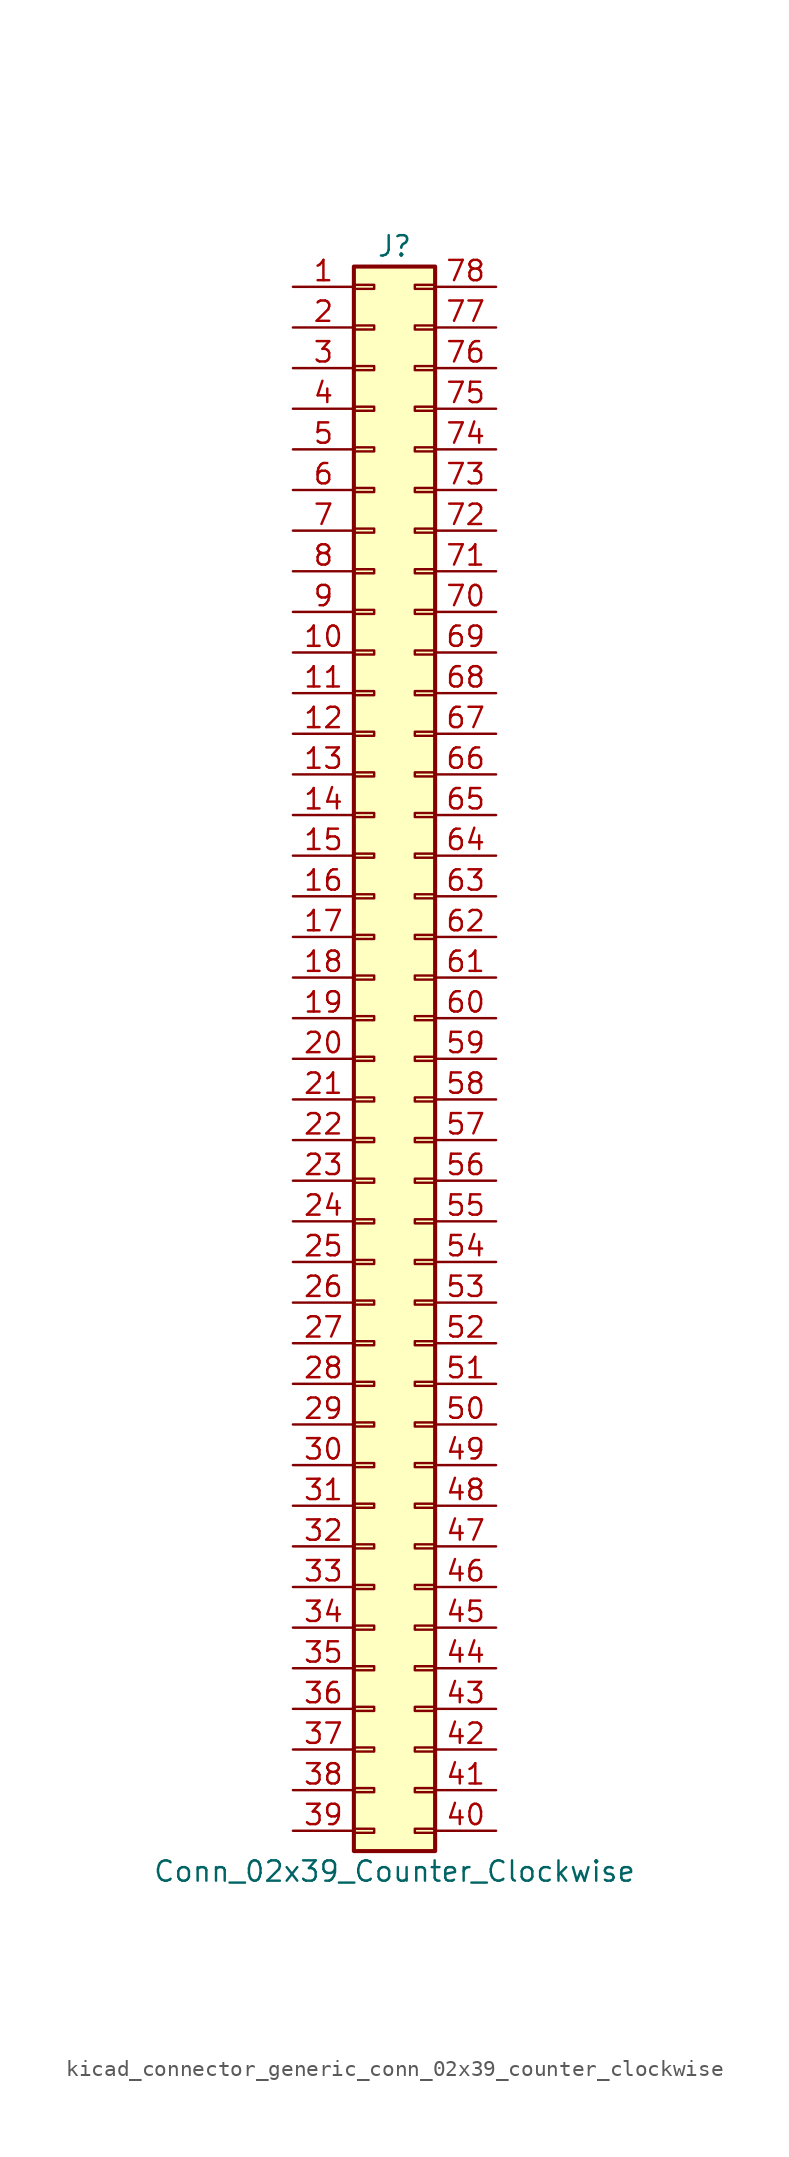
<source format=kicad_sym>
(kicad_symbol_lib
  (version 20220914)
  (generator kicad_symbol_editor)
  (symbol "kicad_connector_generic_conn_02x39_counter_clockwise"
    (pin_names
      (offset 1.016) hide)
    (property "Reference" "J"
      (at 1.27 50.8 0)
      (effects (font (size 1.27 1.27))))
    (property "Value" "Conn_02x39_Counter_Clockwise"
      (at 1.27 -50.8 0)
      (effects (font (size 1.27 1.27))))
    (symbol "kicad_connector_generic_conn_02x39_counter_clockwise_1_1"
      (rectangle (start -1.27 -48.133) (end 0 -48.387) (stroke (width 0.152) (type default)) (fill (type none)))
      (rectangle (start -1.27 -45.593) (end 0 -45.847) (stroke (width 0.152) (type default)) (fill (type none)))
      (rectangle (start -1.27 -43.053) (end 0 -43.307) (stroke (width 0.152) (type default)) (fill (type none)))
      (rectangle (start -1.27 -40.513) (end 0 -40.767) (stroke (width 0.152) (type default)) (fill (type none)))
      (rectangle (start -1.27 -37.973) (end 0 -38.227) (stroke (width 0.152) (type default)) (fill (type none)))
      (rectangle (start -1.27 -35.433) (end 0 -35.687) (stroke (width 0.152) (type default)) (fill (type none)))
      (rectangle (start -1.27 -32.893) (end 0 -33.147) (stroke (width 0.152) (type default)) (fill (type none)))
      (rectangle (start -1.27 -30.353) (end 0 -30.607) (stroke (width 0.152) (type default)) (fill (type none)))
      (rectangle (start -1.27 -27.813) (end 0 -28.067) (stroke (width 0.152) (type default)) (fill (type none)))
      (rectangle (start -1.27 -25.273) (end 0 -25.527) (stroke (width 0.152) (type default)) (fill (type none)))
      (rectangle (start -1.27 -22.733) (end 0 -22.987) (stroke (width 0.152) (type default)) (fill (type none)))
      (rectangle (start -1.27 -20.193) (end 0 -20.447) (stroke (width 0.152) (type default)) (fill (type none)))
      (rectangle (start -1.27 -17.653) (end 0 -17.907) (stroke (width 0.152) (type default)) (fill (type none)))
      (rectangle (start -1.27 -15.113) (end 0 -15.367) (stroke (width 0.152) (type default)) (fill (type none)))
      (rectangle (start -1.27 -12.573) (end 0 -12.827) (stroke (width 0.152) (type default)) (fill (type none)))
      (rectangle (start -1.27 -10.033) (end 0 -10.287) (stroke (width 0.152) (type default)) (fill (type none)))
      (rectangle (start -1.27 -7.493) (end 0 -7.747) (stroke (width 0.152) (type default)) (fill (type none)))
      (rectangle (start -1.27 -4.953) (end 0 -5.207) (stroke (width 0.152) (type default)) (fill (type none)))
      (rectangle (start -1.27 -2.413) (end 0 -2.667) (stroke (width 0.152) (type default)) (fill (type none)))
      (rectangle (start -1.27 0.127) (end 0 -0.127) (stroke (width 0.152) (type default)) (fill (type none)))
      (rectangle (start -1.27 2.667) (end 0 2.413) (stroke (width 0.152) (type default)) (fill (type none)))
      (rectangle (start -1.27 5.207) (end 0 4.953) (stroke (width 0.152) (type default)) (fill (type none)))
      (rectangle (start -1.27 7.747) (end 0 7.493) (stroke (width 0.152) (type default)) (fill (type none)))
      (rectangle (start -1.27 10.287) (end 0 10.033) (stroke (width 0.152) (type default)) (fill (type none)))
      (rectangle (start -1.27 12.827) (end 0 12.573) (stroke (width 0.152) (type default)) (fill (type none)))
      (rectangle (start -1.27 15.367) (end 0 15.113) (stroke (width 0.152) (type default)) (fill (type none)))
      (rectangle (start -1.27 17.907) (end 0 17.653) (stroke (width 0.152) (type default)) (fill (type none)))
      (rectangle (start -1.27 20.447) (end 0 20.193) (stroke (width 0.152) (type default)) (fill (type none)))
      (rectangle (start -1.27 22.987) (end 0 22.733) (stroke (width 0.152) (type default)) (fill (type none)))
      (rectangle (start -1.27 25.527) (end 0 25.273) (stroke (width 0.152) (type default)) (fill (type none)))
      (rectangle (start -1.27 28.067) (end 0 27.813) (stroke (width 0.152) (type default)) (fill (type none)))
      (rectangle (start -1.27 30.607) (end 0 30.353) (stroke (width 0.152) (type default)) (fill (type none)))
      (rectangle (start -1.27 33.147) (end 0 32.893) (stroke (width 0.152) (type default)) (fill (type none)))
      (rectangle (start -1.27 35.687) (end 0 35.433) (stroke (width 0.152) (type default)) (fill (type none)))
      (rectangle (start -1.27 38.227) (end 0 37.973) (stroke (width 0.152) (type default)) (fill (type none)))
      (rectangle (start -1.27 40.767) (end 0 40.513) (stroke (width 0.152) (type default)) (fill (type none)))
      (rectangle (start -1.27 43.307) (end 0 43.053) (stroke (width 0.152) (type default)) (fill (type none)))
      (rectangle (start -1.27 45.847) (end 0 45.593) (stroke (width 0.152) (type default)) (fill (type none)))
      (rectangle (start -1.27 48.387) (end 0 48.133) (stroke (width 0.152) (type default)) (fill (type none)))
      (rectangle (start -1.27 49.53) (end 3.81 -49.53) (stroke (width 0.254) (type default)) (fill (type background)))
      (rectangle (start 3.81 -48.133) (end 2.54 -48.387) (stroke (width 0.152) (type default)) (fill (type none)))
      (rectangle (start 3.81 -45.593) (end 2.54 -45.847) (stroke (width 0.152) (type default)) (fill (type none)))
      (rectangle (start 3.81 -43.053) (end 2.54 -43.307) (stroke (width 0.152) (type default)) (fill (type none)))
      (rectangle (start 3.81 -40.513) (end 2.54 -40.767) (stroke (width 0.152) (type default)) (fill (type none)))
      (rectangle (start 3.81 -37.973) (end 2.54 -38.227) (stroke (width 0.152) (type default)) (fill (type none)))
      (rectangle (start 3.81 -35.433) (end 2.54 -35.687) (stroke (width 0.152) (type default)) (fill (type none)))
      (rectangle (start 3.81 -32.893) (end 2.54 -33.147) (stroke (width 0.152) (type default)) (fill (type none)))
      (rectangle (start 3.81 -30.353) (end 2.54 -30.607) (stroke (width 0.152) (type default)) (fill (type none)))
      (rectangle (start 3.81 -27.813) (end 2.54 -28.067) (stroke (width 0.152) (type default)) (fill (type none)))
      (rectangle (start 3.81 -25.273) (end 2.54 -25.527) (stroke (width 0.152) (type default)) (fill (type none)))
      (rectangle (start 3.81 -22.733) (end 2.54 -22.987) (stroke (width 0.152) (type default)) (fill (type none)))
      (rectangle (start 3.81 -20.193) (end 2.54 -20.447) (stroke (width 0.152) (type default)) (fill (type none)))
      (rectangle (start 3.81 -17.653) (end 2.54 -17.907) (stroke (width 0.152) (type default)) (fill (type none)))
      (rectangle (start 3.81 -15.113) (end 2.54 -15.367) (stroke (width 0.152) (type default)) (fill (type none)))
      (rectangle (start 3.81 -12.573) (end 2.54 -12.827) (stroke (width 0.152) (type default)) (fill (type none)))
      (rectangle (start 3.81 -10.033) (end 2.54 -10.287) (stroke (width 0.152) (type default)) (fill (type none)))
      (rectangle (start 3.81 -7.493) (end 2.54 -7.747) (stroke (width 0.152) (type default)) (fill (type none)))
      (rectangle (start 3.81 -4.953) (end 2.54 -5.207) (stroke (width 0.152) (type default)) (fill (type none)))
      (rectangle (start 3.81 -2.413) (end 2.54 -2.667) (stroke (width 0.152) (type default)) (fill (type none)))
      (rectangle (start 3.81 0.127) (end 2.54 -0.127) (stroke (width 0.152) (type default)) (fill (type none)))
      (rectangle (start 3.81 2.667) (end 2.54 2.413) (stroke (width 0.152) (type default)) (fill (type none)))
      (rectangle (start 3.81 5.207) (end 2.54 4.953) (stroke (width 0.152) (type default)) (fill (type none)))
      (rectangle (start 3.81 7.747) (end 2.54 7.493) (stroke (width 0.152) (type default)) (fill (type none)))
      (rectangle (start 3.81 10.287) (end 2.54 10.033) (stroke (width 0.152) (type default)) (fill (type none)))
      (rectangle (start 3.81 12.827) (end 2.54 12.573) (stroke (width 0.152) (type default)) (fill (type none)))
      (rectangle (start 3.81 15.367) (end 2.54 15.113) (stroke (width 0.152) (type default)) (fill (type none)))
      (rectangle (start 3.81 17.907) (end 2.54 17.653) (stroke (width 0.152) (type default)) (fill (type none)))
      (rectangle (start 3.81 20.447) (end 2.54 20.193) (stroke (width 0.152) (type default)) (fill (type none)))
      (rectangle (start 3.81 22.987) (end 2.54 22.733) (stroke (width 0.152) (type default)) (fill (type none)))
      (rectangle (start 3.81 25.527) (end 2.54 25.273) (stroke (width 0.152) (type default)) (fill (type none)))
      (rectangle (start 3.81 28.067) (end 2.54 27.813) (stroke (width 0.152) (type default)) (fill (type none)))
      (rectangle (start 3.81 30.607) (end 2.54 30.353) (stroke (width 0.152) (type default)) (fill (type none)))
      (rectangle (start 3.81 33.147) (end 2.54 32.893) (stroke (width 0.152) (type default)) (fill (type none)))
      (rectangle (start 3.81 35.687) (end 2.54 35.433) (stroke (width 0.152) (type default)) (fill (type none)))
      (rectangle (start 3.81 38.227) (end 2.54 37.973) (stroke (width 0.152) (type default)) (fill (type none)))
      (rectangle (start 3.81 40.767) (end 2.54 40.513) (stroke (width 0.152) (type default)) (fill (type none)))
      (rectangle (start 3.81 43.307) (end 2.54 43.053) (stroke (width 0.152) (type default)) (fill (type none)))
      (rectangle (start 3.81 45.847) (end 2.54 45.593) (stroke (width 0.152) (type default)) (fill (type none)))
      (rectangle (start 3.81 48.387) (end 2.54 48.133) (stroke (width 0.152) (type default)) (fill (type none)))
      (pin passive line (at -5.08 48.26 0) (length 3.81) (name "Pin_1" (effects (font (size 1.27 1.27)))) (number "1" (effects (font (size 1.27 1.27)))))
      (pin passive line (at -5.08 25.4 0) (length 3.81) (name "Pin_10" (effects (font (size 1.27 1.27)))) (number "10" (effects (font (size 1.27 1.27)))))
      (pin passive line (at -5.08 22.86 0) (length 3.81) (name "Pin_11" (effects (font (size 1.27 1.27)))) (number "11" (effects (font (size 1.27 1.27)))))
      (pin passive line (at -5.08 20.32 0) (length 3.81) (name "Pin_12" (effects (font (size 1.27 1.27)))) (number "12" (effects (font (size 1.27 1.27)))))
      (pin passive line (at -5.08 17.78 0) (length 3.81) (name "Pin_13" (effects (font (size 1.27 1.27)))) (number "13" (effects (font (size 1.27 1.27)))))
      (pin passive line (at -5.08 15.24 0) (length 3.81) (name "Pin_14" (effects (font (size 1.27 1.27)))) (number "14" (effects (font (size 1.27 1.27)))))
      (pin passive line (at -5.08 12.7 0) (length 3.81) (name "Pin_15" (effects (font (size 1.27 1.27)))) (number "15" (effects (font (size 1.27 1.27)))))
      (pin passive line (at -5.08 10.16 0) (length 3.81) (name "Pin_16" (effects (font (size 1.27 1.27)))) (number "16" (effects (font (size 1.27 1.27)))))
      (pin passive line (at -5.08 7.62 0) (length 3.81) (name "Pin_17" (effects (font (size 1.27 1.27)))) (number "17" (effects (font (size 1.27 1.27)))))
      (pin passive line (at -5.08 5.08 0) (length 3.81) (name "Pin_18" (effects (font (size 1.27 1.27)))) (number "18" (effects (font (size 1.27 1.27)))))
      (pin passive line (at -5.08 2.54 0) (length 3.81) (name "Pin_19" (effects (font (size 1.27 1.27)))) (number "19" (effects (font (size 1.27 1.27)))))
      (pin passive line (at -5.08 45.72 0) (length 3.81) (name "Pin_2" (effects (font (size 1.27 1.27)))) (number "2" (effects (font (size 1.27 1.27)))))
      (pin passive line (at -5.08 0 0) (length 3.81) (name "Pin_20" (effects (font (size 1.27 1.27)))) (number "20" (effects (font (size 1.27 1.27)))))
      (pin passive line (at -5.08 -2.54 0) (length 3.81) (name "Pin_21" (effects (font (size 1.27 1.27)))) (number "21" (effects (font (size 1.27 1.27)))))
      (pin passive line (at -5.08 -5.08 0) (length 3.81) (name "Pin_22" (effects (font (size 1.27 1.27)))) (number "22" (effects (font (size 1.27 1.27)))))
      (pin passive line (at -5.08 -7.62 0) (length 3.81) (name "Pin_23" (effects (font (size 1.27 1.27)))) (number "23" (effects (font (size 1.27 1.27)))))
      (pin passive line (at -5.08 -10.16 0) (length 3.81) (name "Pin_24" (effects (font (size 1.27 1.27)))) (number "24" (effects (font (size 1.27 1.27)))))
      (pin passive line (at -5.08 -12.7 0) (length 3.81) (name "Pin_25" (effects (font (size 1.27 1.27)))) (number "25" (effects (font (size 1.27 1.27)))))
      (pin passive line (at -5.08 -15.24 0) (length 3.81) (name "Pin_26" (effects (font (size 1.27 1.27)))) (number "26" (effects (font (size 1.27 1.27)))))
      (pin passive line (at -5.08 -17.78 0) (length 3.81) (name "Pin_27" (effects (font (size 1.27 1.27)))) (number "27" (effects (font (size 1.27 1.27)))))
      (pin passive line (at -5.08 -20.32 0) (length 3.81) (name "Pin_28" (effects (font (size 1.27 1.27)))) (number "28" (effects (font (size 1.27 1.27)))))
      (pin passive line (at -5.08 -22.86 0) (length 3.81) (name "Pin_29" (effects (font (size 1.27 1.27)))) (number "29" (effects (font (size 1.27 1.27)))))
      (pin passive line (at -5.08 43.18 0) (length 3.81) (name "Pin_3" (effects (font (size 1.27 1.27)))) (number "3" (effects (font (size 1.27 1.27)))))
      (pin passive line (at -5.08 -25.4 0) (length 3.81) (name "Pin_30" (effects (font (size 1.27 1.27)))) (number "30" (effects (font (size 1.27 1.27)))))
      (pin passive line (at -5.08 -27.94 0) (length 3.81) (name "Pin_31" (effects (font (size 1.27 1.27)))) (number "31" (effects (font (size 1.27 1.27)))))
      (pin passive line (at -5.08 -30.48 0) (length 3.81) (name "Pin_32" (effects (font (size 1.27 1.27)))) (number "32" (effects (font (size 1.27 1.27)))))
      (pin passive line (at -5.08 -33.02 0) (length 3.81) (name "Pin_33" (effects (font (size 1.27 1.27)))) (number "33" (effects (font (size 1.27 1.27)))))
      (pin passive line (at -5.08 -35.56 0) (length 3.81) (name "Pin_34" (effects (font (size 1.27 1.27)))) (number "34" (effects (font (size 1.27 1.27)))))
      (pin passive line (at -5.08 -38.1 0) (length 3.81) (name "Pin_35" (effects (font (size 1.27 1.27)))) (number "35" (effects (font (size 1.27 1.27)))))
      (pin passive line (at -5.08 -40.64 0) (length 3.81) (name "Pin_36" (effects (font (size 1.27 1.27)))) (number "36" (effects (font (size 1.27 1.27)))))
      (pin passive line (at -5.08 -43.18 0) (length 3.81) (name "Pin_37" (effects (font (size 1.27 1.27)))) (number "37" (effects (font (size 1.27 1.27)))))
      (pin passive line (at -5.08 -45.72 0) (length 3.81) (name "Pin_38" (effects (font (size 1.27 1.27)))) (number "38" (effects (font (size 1.27 1.27)))))
      (pin passive line (at -5.08 -48.26 0) (length 3.81) (name "Pin_39" (effects (font (size 1.27 1.27)))) (number "39" (effects (font (size 1.27 1.27)))))
      (pin passive line (at -5.08 40.64 0) (length 3.81) (name "Pin_4" (effects (font (size 1.27 1.27)))) (number "4" (effects (font (size 1.27 1.27)))))
      (pin passive line (at 7.62 -48.26 180) (length 3.81) (name "Pin_40" (effects (font (size 1.27 1.27)))) (number "40" (effects (font (size 1.27 1.27)))))
      (pin passive line (at 7.62 -45.72 180) (length 3.81) (name "Pin_41" (effects (font (size 1.27 1.27)))) (number "41" (effects (font (size 1.27 1.27)))))
      (pin passive line (at 7.62 -43.18 180) (length 3.81) (name "Pin_42" (effects (font (size 1.27 1.27)))) (number "42" (effects (font (size 1.27 1.27)))))
      (pin passive line (at 7.62 -40.64 180) (length 3.81) (name "Pin_43" (effects (font (size 1.27 1.27)))) (number "43" (effects (font (size 1.27 1.27)))))
      (pin passive line (at 7.62 -38.1 180) (length 3.81) (name "Pin_44" (effects (font (size 1.27 1.27)))) (number "44" (effects (font (size 1.27 1.27)))))
      (pin passive line (at 7.62 -35.56 180) (length 3.81) (name "Pin_45" (effects (font (size 1.27 1.27)))) (number "45" (effects (font (size 1.27 1.27)))))
      (pin passive line (at 7.62 -33.02 180) (length 3.81) (name "Pin_46" (effects (font (size 1.27 1.27)))) (number "46" (effects (font (size 1.27 1.27)))))
      (pin passive line (at 7.62 -30.48 180) (length 3.81) (name "Pin_47" (effects (font (size 1.27 1.27)))) (number "47" (effects (font (size 1.27 1.27)))))
      (pin passive line (at 7.62 -27.94 180) (length 3.81) (name "Pin_48" (effects (font (size 1.27 1.27)))) (number "48" (effects (font (size 1.27 1.27)))))
      (pin passive line (at 7.62 -25.4 180) (length 3.81) (name "Pin_49" (effects (font (size 1.27 1.27)))) (number "49" (effects (font (size 1.27 1.27)))))
      (pin passive line (at -5.08 38.1 0) (length 3.81) (name "Pin_5" (effects (font (size 1.27 1.27)))) (number "5" (effects (font (size 1.27 1.27)))))
      (pin passive line (at 7.62 -22.86 180) (length 3.81) (name "Pin_50" (effects (font (size 1.27 1.27)))) (number "50" (effects (font (size 1.27 1.27)))))
      (pin passive line (at 7.62 -20.32 180) (length 3.81) (name "Pin_51" (effects (font (size 1.27 1.27)))) (number "51" (effects (font (size 1.27 1.27)))))
      (pin passive line (at 7.62 -17.78 180) (length 3.81) (name "Pin_52" (effects (font (size 1.27 1.27)))) (number "52" (effects (font (size 1.27 1.27)))))
      (pin passive line (at 7.62 -15.24 180) (length 3.81) (name "Pin_53" (effects (font (size 1.27 1.27)))) (number "53" (effects (font (size 1.27 1.27)))))
      (pin passive line (at 7.62 -12.7 180) (length 3.81) (name "Pin_54" (effects (font (size 1.27 1.27)))) (number "54" (effects (font (size 1.27 1.27)))))
      (pin passive line (at 7.62 -10.16 180) (length 3.81) (name "Pin_55" (effects (font (size 1.27 1.27)))) (number "55" (effects (font (size 1.27 1.27)))))
      (pin passive line (at 7.62 -7.62 180) (length 3.81) (name "Pin_56" (effects (font (size 1.27 1.27)))) (number "56" (effects (font (size 1.27 1.27)))))
      (pin passive line (at 7.62 -5.08 180) (length 3.81) (name "Pin_57" (effects (font (size 1.27 1.27)))) (number "57" (effects (font (size 1.27 1.27)))))
      (pin passive line (at 7.62 -2.54 180) (length 3.81) (name "Pin_58" (effects (font (size 1.27 1.27)))) (number "58" (effects (font (size 1.27 1.27)))))
      (pin passive line (at 7.62 0 180) (length 3.81) (name "Pin_59" (effects (font (size 1.27 1.27)))) (number "59" (effects (font (size 1.27 1.27)))))
      (pin passive line (at -5.08 35.56 0) (length 3.81) (name "Pin_6" (effects (font (size 1.27 1.27)))) (number "6" (effects (font (size 1.27 1.27)))))
      (pin passive line (at 7.62 2.54 180) (length 3.81) (name "Pin_60" (effects (font (size 1.27 1.27)))) (number "60" (effects (font (size 1.27 1.27)))))
      (pin passive line (at 7.62 5.08 180) (length 3.81) (name "Pin_61" (effects (font (size 1.27 1.27)))) (number "61" (effects (font (size 1.27 1.27)))))
      (pin passive line (at 7.62 7.62 180) (length 3.81) (name "Pin_62" (effects (font (size 1.27 1.27)))) (number "62" (effects (font (size 1.27 1.27)))))
      (pin passive line (at 7.62 10.16 180) (length 3.81) (name "Pin_63" (effects (font (size 1.27 1.27)))) (number "63" (effects (font (size 1.27 1.27)))))
      (pin passive line (at 7.62 12.7 180) (length 3.81) (name "Pin_64" (effects (font (size 1.27 1.27)))) (number "64" (effects (font (size 1.27 1.27)))))
      (pin passive line (at 7.62 15.24 180) (length 3.81) (name "Pin_65" (effects (font (size 1.27 1.27)))) (number "65" (effects (font (size 1.27 1.27)))))
      (pin passive line (at 7.62 17.78 180) (length 3.81) (name "Pin_66" (effects (font (size 1.27 1.27)))) (number "66" (effects (font (size 1.27 1.27)))))
      (pin passive line (at 7.62 20.32 180) (length 3.81) (name "Pin_67" (effects (font (size 1.27 1.27)))) (number "67" (effects (font (size 1.27 1.27)))))
      (pin passive line (at 7.62 22.86 180) (length 3.81) (name "Pin_68" (effects (font (size 1.27 1.27)))) (number "68" (effects (font (size 1.27 1.27)))))
      (pin passive line (at 7.62 25.4 180) (length 3.81) (name "Pin_69" (effects (font (size 1.27 1.27)))) (number "69" (effects (font (size 1.27 1.27)))))
      (pin passive line (at -5.08 33.02 0) (length 3.81) (name "Pin_7" (effects (font (size 1.27 1.27)))) (number "7" (effects (font (size 1.27 1.27)))))
      (pin passive line (at 7.62 27.94 180) (length 3.81) (name "Pin_70" (effects (font (size 1.27 1.27)))) (number "70" (effects (font (size 1.27 1.27)))))
      (pin passive line (at 7.62 30.48 180) (length 3.81) (name "Pin_71" (effects (font (size 1.27 1.27)))) (number "71" (effects (font (size 1.27 1.27)))))
      (pin passive line (at 7.62 33.02 180) (length 3.81) (name "Pin_72" (effects (font (size 1.27 1.27)))) (number "72" (effects (font (size 1.27 1.27)))))
      (pin passive line (at 7.62 35.56 180) (length 3.81) (name "Pin_73" (effects (font (size 1.27 1.27)))) (number "73" (effects (font (size 1.27 1.27)))))
      (pin passive line (at 7.62 38.1 180) (length 3.81) (name "Pin_74" (effects (font (size 1.27 1.27)))) (number "74" (effects (font (size 1.27 1.27)))))
      (pin passive line (at 7.62 40.64 180) (length 3.81) (name "Pin_75" (effects (font (size 1.27 1.27)))) (number "75" (effects (font (size 1.27 1.27)))))
      (pin passive line (at 7.62 43.18 180) (length 3.81) (name "Pin_76" (effects (font (size 1.27 1.27)))) (number "76" (effects (font (size 1.27 1.27)))))
      (pin passive line (at 7.62 45.72 180) (length 3.81) (name "Pin_77" (effects (font (size 1.27 1.27)))) (number "77" (effects (font (size 1.27 1.27)))))
      (pin passive line (at 7.62 48.26 180) (length 3.81) (name "Pin_78" (effects (font (size 1.27 1.27)))) (number "78" (effects (font (size 1.27 1.27)))))
      (pin passive line (at -5.08 30.48 0) (length 3.81) (name "Pin_8" (effects (font (size 1.27 1.27)))) (number "8" (effects (font (size 1.27 1.27)))))
      (pin passive line (at -5.08 27.94 0) (length 3.81) (name "Pin_9" (effects (font (size 1.27 1.27)))) (number "9" (effects (font (size 1.27 1.27))))))))
</source>
